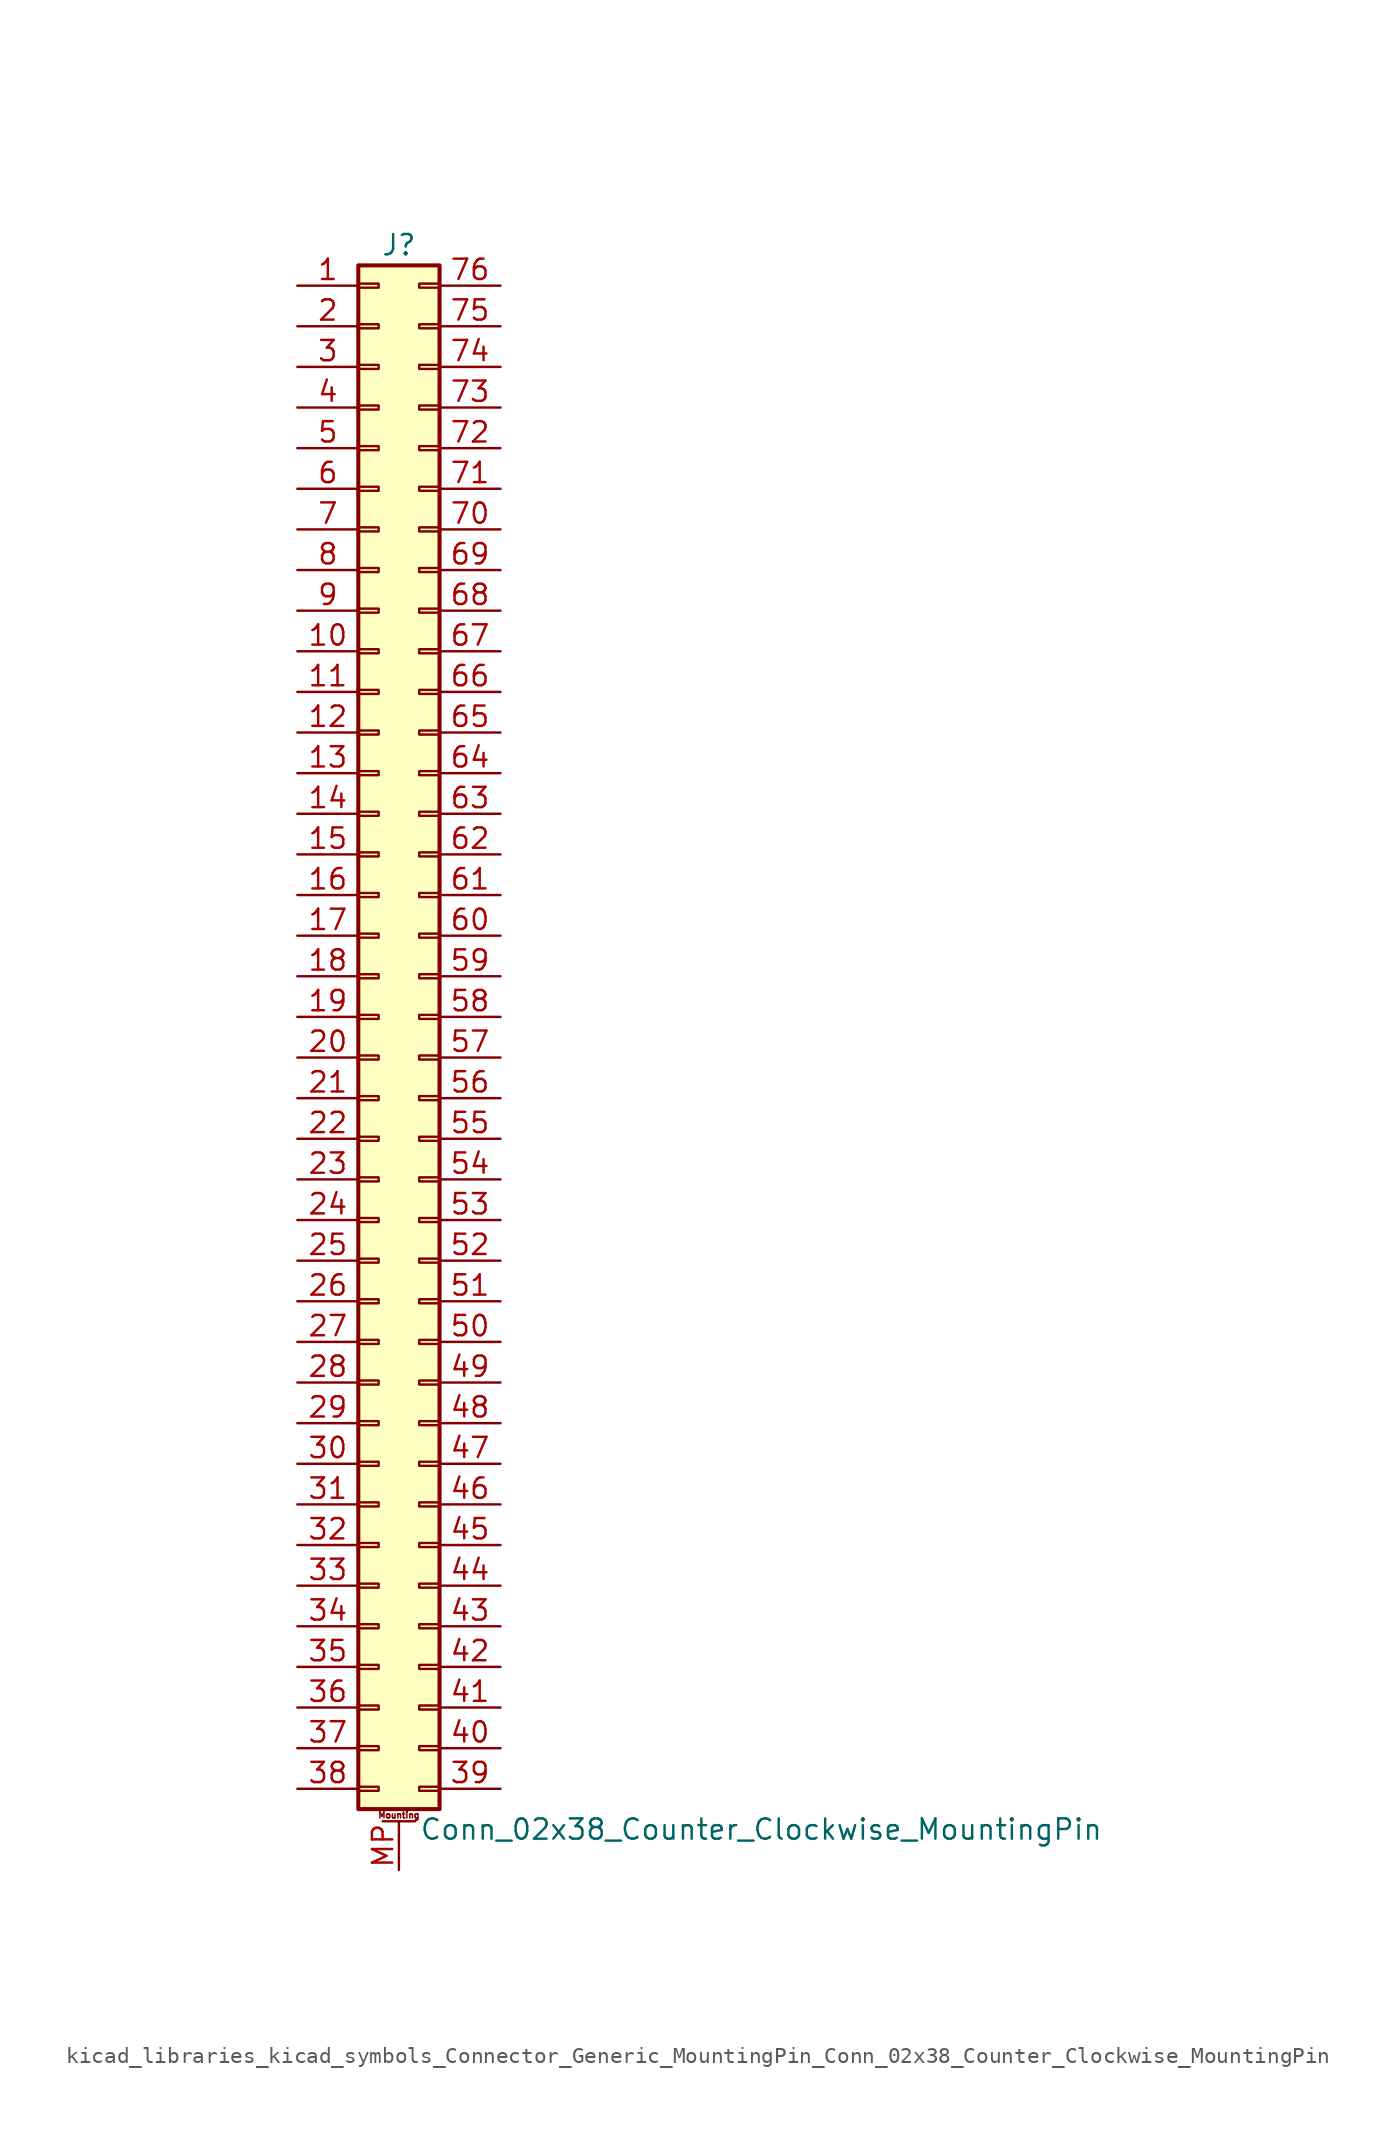
<source format=kicad_sym>
(kicad_symbol_lib
  (version 20220914)
  (generator kicad_symbol_editor)
  (symbol "kicad_libraries_kicad_symbols_Connector_Generic_MountingPin_Conn_02x38_Counter_Clockwise_MountingPin"
    (pin_names
      (offset 1.016) hide)
    (property "Reference" "J"
      (at 1.27 48.26 0)
      (effects (font (size 1.27 1.27))))
    (property "Value" "Conn_02x38_Counter_Clockwise_MountingPin"
      (at 2.54 -50.8 0)
      (effects (font (size 1.27 1.27)) (justify left)))
    (symbol "kicad_libraries_kicad_symbols_Connector_Generic_MountingPin_Conn_02x38_Counter_Clockwise_MountingPin_1_1"
      (rectangle (start -1.27 -48.133) (end 0 -48.387) (stroke (width 0.152) (type default)) (fill (type none)))
      (rectangle (start -1.27 -45.593) (end 0 -45.847) (stroke (width 0.152) (type default)) (fill (type none)))
      (rectangle (start -1.27 -43.053) (end 0 -43.307) (stroke (width 0.152) (type default)) (fill (type none)))
      (rectangle (start -1.27 -40.513) (end 0 -40.767) (stroke (width 0.152) (type default)) (fill (type none)))
      (rectangle (start -1.27 -37.973) (end 0 -38.227) (stroke (width 0.152) (type default)) (fill (type none)))
      (rectangle (start -1.27 -35.433) (end 0 -35.687) (stroke (width 0.152) (type default)) (fill (type none)))
      (rectangle (start -1.27 -32.893) (end 0 -33.147) (stroke (width 0.152) (type default)) (fill (type none)))
      (rectangle (start -1.27 -30.353) (end 0 -30.607) (stroke (width 0.152) (type default)) (fill (type none)))
      (rectangle (start -1.27 -27.813) (end 0 -28.067) (stroke (width 0.152) (type default)) (fill (type none)))
      (rectangle (start -1.27 -25.273) (end 0 -25.527) (stroke (width 0.152) (type default)) (fill (type none)))
      (rectangle (start -1.27 -22.733) (end 0 -22.987) (stroke (width 0.152) (type default)) (fill (type none)))
      (rectangle (start -1.27 -20.193) (end 0 -20.447) (stroke (width 0.152) (type default)) (fill (type none)))
      (rectangle (start -1.27 -17.653) (end 0 -17.907) (stroke (width 0.152) (type default)) (fill (type none)))
      (rectangle (start -1.27 -15.113) (end 0 -15.367) (stroke (width 0.152) (type default)) (fill (type none)))
      (rectangle (start -1.27 -12.573) (end 0 -12.827) (stroke (width 0.152) (type default)) (fill (type none)))
      (rectangle (start -1.27 -10.033) (end 0 -10.287) (stroke (width 0.152) (type default)) (fill (type none)))
      (rectangle (start -1.27 -7.493) (end 0 -7.747) (stroke (width 0.152) (type default)) (fill (type none)))
      (rectangle (start -1.27 -4.953) (end 0 -5.207) (stroke (width 0.152) (type default)) (fill (type none)))
      (rectangle (start -1.27 -2.413) (end 0 -2.667) (stroke (width 0.152) (type default)) (fill (type none)))
      (rectangle (start -1.27 0.127) (end 0 -0.127) (stroke (width 0.152) (type default)) (fill (type none)))
      (rectangle (start -1.27 2.667) (end 0 2.413) (stroke (width 0.152) (type default)) (fill (type none)))
      (rectangle (start -1.27 5.207) (end 0 4.953) (stroke (width 0.152) (type default)) (fill (type none)))
      (rectangle (start -1.27 7.747) (end 0 7.493) (stroke (width 0.152) (type default)) (fill (type none)))
      (rectangle (start -1.27 10.287) (end 0 10.033) (stroke (width 0.152) (type default)) (fill (type none)))
      (rectangle (start -1.27 12.827) (end 0 12.573) (stroke (width 0.152) (type default)) (fill (type none)))
      (rectangle (start -1.27 15.367) (end 0 15.113) (stroke (width 0.152) (type default)) (fill (type none)))
      (rectangle (start -1.27 17.907) (end 0 17.653) (stroke (width 0.152) (type default)) (fill (type none)))
      (rectangle (start -1.27 20.447) (end 0 20.193) (stroke (width 0.152) (type default)) (fill (type none)))
      (rectangle (start -1.27 22.987) (end 0 22.733) (stroke (width 0.152) (type default)) (fill (type none)))
      (rectangle (start -1.27 25.527) (end 0 25.273) (stroke (width 0.152) (type default)) (fill (type none)))
      (rectangle (start -1.27 28.067) (end 0 27.813) (stroke (width 0.152) (type default)) (fill (type none)))
      (rectangle (start -1.27 30.607) (end 0 30.353) (stroke (width 0.152) (type default)) (fill (type none)))
      (rectangle (start -1.27 33.147) (end 0 32.893) (stroke (width 0.152) (type default)) (fill (type none)))
      (rectangle (start -1.27 35.687) (end 0 35.433) (stroke (width 0.152) (type default)) (fill (type none)))
      (rectangle (start -1.27 38.227) (end 0 37.973) (stroke (width 0.152) (type default)) (fill (type none)))
      (rectangle (start -1.27 40.767) (end 0 40.513) (stroke (width 0.152) (type default)) (fill (type none)))
      (rectangle (start -1.27 43.307) (end 0 43.053) (stroke (width 0.152) (type default)) (fill (type none)))
      (rectangle (start -1.27 45.847) (end 0 45.593) (stroke (width 0.152) (type default)) (fill (type none)))
      (rectangle (start -1.27 46.99) (end 3.81 -49.53) (stroke (width 0.254) (type default)) (fill (type background)))
      (polyline (pts (xy 0.254 -50.292) (xy 2.286 -50.292)) (stroke (width 0.152) (type default)) (fill (type none)))
      (rectangle (start 3.81 -48.133) (end 2.54 -48.387) (stroke (width 0.152) (type default)) (fill (type none)))
      (rectangle (start 3.81 -45.593) (end 2.54 -45.847) (stroke (width 0.152) (type default)) (fill (type none)))
      (rectangle (start 3.81 -43.053) (end 2.54 -43.307) (stroke (width 0.152) (type default)) (fill (type none)))
      (rectangle (start 3.81 -40.513) (end 2.54 -40.767) (stroke (width 0.152) (type default)) (fill (type none)))
      (rectangle (start 3.81 -37.973) (end 2.54 -38.227) (stroke (width 0.152) (type default)) (fill (type none)))
      (rectangle (start 3.81 -35.433) (end 2.54 -35.687) (stroke (width 0.152) (type default)) (fill (type none)))
      (rectangle (start 3.81 -32.893) (end 2.54 -33.147) (stroke (width 0.152) (type default)) (fill (type none)))
      (rectangle (start 3.81 -30.353) (end 2.54 -30.607) (stroke (width 0.152) (type default)) (fill (type none)))
      (rectangle (start 3.81 -27.813) (end 2.54 -28.067) (stroke (width 0.152) (type default)) (fill (type none)))
      (rectangle (start 3.81 -25.273) (end 2.54 -25.527) (stroke (width 0.152) (type default)) (fill (type none)))
      (rectangle (start 3.81 -22.733) (end 2.54 -22.987) (stroke (width 0.152) (type default)) (fill (type none)))
      (rectangle (start 3.81 -20.193) (end 2.54 -20.447) (stroke (width 0.152) (type default)) (fill (type none)))
      (rectangle (start 3.81 -17.653) (end 2.54 -17.907) (stroke (width 0.152) (type default)) (fill (type none)))
      (rectangle (start 3.81 -15.113) (end 2.54 -15.367) (stroke (width 0.152) (type default)) (fill (type none)))
      (rectangle (start 3.81 -12.573) (end 2.54 -12.827) (stroke (width 0.152) (type default)) (fill (type none)))
      (rectangle (start 3.81 -10.033) (end 2.54 -10.287) (stroke (width 0.152) (type default)) (fill (type none)))
      (rectangle (start 3.81 -7.493) (end 2.54 -7.747) (stroke (width 0.152) (type default)) (fill (type none)))
      (rectangle (start 3.81 -4.953) (end 2.54 -5.207) (stroke (width 0.152) (type default)) (fill (type none)))
      (rectangle (start 3.81 -2.413) (end 2.54 -2.667) (stroke (width 0.152) (type default)) (fill (type none)))
      (rectangle (start 3.81 0.127) (end 2.54 -0.127) (stroke (width 0.152) (type default)) (fill (type none)))
      (rectangle (start 3.81 2.667) (end 2.54 2.413) (stroke (width 0.152) (type default)) (fill (type none)))
      (rectangle (start 3.81 5.207) (end 2.54 4.953) (stroke (width 0.152) (type default)) (fill (type none)))
      (rectangle (start 3.81 7.747) (end 2.54 7.493) (stroke (width 0.152) (type default)) (fill (type none)))
      (rectangle (start 3.81 10.287) (end 2.54 10.033) (stroke (width 0.152) (type default)) (fill (type none)))
      (rectangle (start 3.81 12.827) (end 2.54 12.573) (stroke (width 0.152) (type default)) (fill (type none)))
      (rectangle (start 3.81 15.367) (end 2.54 15.113) (stroke (width 0.152) (type default)) (fill (type none)))
      (rectangle (start 3.81 17.907) (end 2.54 17.653) (stroke (width 0.152) (type default)) (fill (type none)))
      (rectangle (start 3.81 20.447) (end 2.54 20.193) (stroke (width 0.152) (type default)) (fill (type none)))
      (rectangle (start 3.81 22.987) (end 2.54 22.733) (stroke (width 0.152) (type default)) (fill (type none)))
      (rectangle (start 3.81 25.527) (end 2.54 25.273) (stroke (width 0.152) (type default)) (fill (type none)))
      (rectangle (start 3.81 28.067) (end 2.54 27.813) (stroke (width 0.152) (type default)) (fill (type none)))
      (rectangle (start 3.81 30.607) (end 2.54 30.353) (stroke (width 0.152) (type default)) (fill (type none)))
      (rectangle (start 3.81 33.147) (end 2.54 32.893) (stroke (width 0.152) (type default)) (fill (type none)))
      (rectangle (start 3.81 35.687) (end 2.54 35.433) (stroke (width 0.152) (type default)) (fill (type none)))
      (rectangle (start 3.81 38.227) (end 2.54 37.973) (stroke (width 0.152) (type default)) (fill (type none)))
      (rectangle (start 3.81 40.767) (end 2.54 40.513) (stroke (width 0.152) (type default)) (fill (type none)))
      (rectangle (start 3.81 43.307) (end 2.54 43.053) (stroke (width 0.152) (type default)) (fill (type none)))
      (rectangle (start 3.81 45.847) (end 2.54 45.593) (stroke (width 0.152) (type default)) (fill (type none)))
      (text "Mounting" (at 1.27 -49.911 0) (effects (font (size 0.381 0.381))))
      (pin passive line (at -5.08 45.72 0) (length 3.81) (name "Pin_1" (effects (font (size 1.27 1.27)))) (number "1" (effects (font (size 1.27 1.27)))))
      (pin passive line (at -5.08 22.86 0) (length 3.81) (name "Pin_10" (effects (font (size 1.27 1.27)))) (number "10" (effects (font (size 1.27 1.27)))))
      (pin passive line (at -5.08 20.32 0) (length 3.81) (name "Pin_11" (effects (font (size 1.27 1.27)))) (number "11" (effects (font (size 1.27 1.27)))))
      (pin passive line (at -5.08 17.78 0) (length 3.81) (name "Pin_12" (effects (font (size 1.27 1.27)))) (number "12" (effects (font (size 1.27 1.27)))))
      (pin passive line (at -5.08 15.24 0) (length 3.81) (name "Pin_13" (effects (font (size 1.27 1.27)))) (number "13" (effects (font (size 1.27 1.27)))))
      (pin passive line (at -5.08 12.7 0) (length 3.81) (name "Pin_14" (effects (font (size 1.27 1.27)))) (number "14" (effects (font (size 1.27 1.27)))))
      (pin passive line (at -5.08 10.16 0) (length 3.81) (name "Pin_15" (effects (font (size 1.27 1.27)))) (number "15" (effects (font (size 1.27 1.27)))))
      (pin passive line (at -5.08 7.62 0) (length 3.81) (name "Pin_16" (effects (font (size 1.27 1.27)))) (number "16" (effects (font (size 1.27 1.27)))))
      (pin passive line (at -5.08 5.08 0) (length 3.81) (name "Pin_17" (effects (font (size 1.27 1.27)))) (number "17" (effects (font (size 1.27 1.27)))))
      (pin passive line (at -5.08 2.54 0) (length 3.81) (name "Pin_18" (effects (font (size 1.27 1.27)))) (number "18" (effects (font (size 1.27 1.27)))))
      (pin passive line (at -5.08 0 0) (length 3.81) (name "Pin_19" (effects (font (size 1.27 1.27)))) (number "19" (effects (font (size 1.27 1.27)))))
      (pin passive line (at -5.08 43.18 0) (length 3.81) (name "Pin_2" (effects (font (size 1.27 1.27)))) (number "2" (effects (font (size 1.27 1.27)))))
      (pin passive line (at -5.08 -2.54 0) (length 3.81) (name "Pin_20" (effects (font (size 1.27 1.27)))) (number "20" (effects (font (size 1.27 1.27)))))
      (pin passive line (at -5.08 -5.08 0) (length 3.81) (name "Pin_21" (effects (font (size 1.27 1.27)))) (number "21" (effects (font (size 1.27 1.27)))))
      (pin passive line (at -5.08 -7.62 0) (length 3.81) (name "Pin_22" (effects (font (size 1.27 1.27)))) (number "22" (effects (font (size 1.27 1.27)))))
      (pin passive line (at -5.08 -10.16 0) (length 3.81) (name "Pin_23" (effects (font (size 1.27 1.27)))) (number "23" (effects (font (size 1.27 1.27)))))
      (pin passive line (at -5.08 -12.7 0) (length 3.81) (name "Pin_24" (effects (font (size 1.27 1.27)))) (number "24" (effects (font (size 1.27 1.27)))))
      (pin passive line (at -5.08 -15.24 0) (length 3.81) (name "Pin_25" (effects (font (size 1.27 1.27)))) (number "25" (effects (font (size 1.27 1.27)))))
      (pin passive line (at -5.08 -17.78 0) (length 3.81) (name "Pin_26" (effects (font (size 1.27 1.27)))) (number "26" (effects (font (size 1.27 1.27)))))
      (pin passive line (at -5.08 -20.32 0) (length 3.81) (name "Pin_27" (effects (font (size 1.27 1.27)))) (number "27" (effects (font (size 1.27 1.27)))))
      (pin passive line (at -5.08 -22.86 0) (length 3.81) (name "Pin_28" (effects (font (size 1.27 1.27)))) (number "28" (effects (font (size 1.27 1.27)))))
      (pin passive line (at -5.08 -25.4 0) (length 3.81) (name "Pin_29" (effects (font (size 1.27 1.27)))) (number "29" (effects (font (size 1.27 1.27)))))
      (pin passive line (at -5.08 40.64 0) (length 3.81) (name "Pin_3" (effects (font (size 1.27 1.27)))) (number "3" (effects (font (size 1.27 1.27)))))
      (pin passive line (at -5.08 -27.94 0) (length 3.81) (name "Pin_30" (effects (font (size 1.27 1.27)))) (number "30" (effects (font (size 1.27 1.27)))))
      (pin passive line (at -5.08 -30.48 0) (length 3.81) (name "Pin_31" (effects (font (size 1.27 1.27)))) (number "31" (effects (font (size 1.27 1.27)))))
      (pin passive line (at -5.08 -33.02 0) (length 3.81) (name "Pin_32" (effects (font (size 1.27 1.27)))) (number "32" (effects (font (size 1.27 1.27)))))
      (pin passive line (at -5.08 -35.56 0) (length 3.81) (name "Pin_33" (effects (font (size 1.27 1.27)))) (number "33" (effects (font (size 1.27 1.27)))))
      (pin passive line (at -5.08 -38.1 0) (length 3.81) (name "Pin_34" (effects (font (size 1.27 1.27)))) (number "34" (effects (font (size 1.27 1.27)))))
      (pin passive line (at -5.08 -40.64 0) (length 3.81) (name "Pin_35" (effects (font (size 1.27 1.27)))) (number "35" (effects (font (size 1.27 1.27)))))
      (pin passive line (at -5.08 -43.18 0) (length 3.81) (name "Pin_36" (effects (font (size 1.27 1.27)))) (number "36" (effects (font (size 1.27 1.27)))))
      (pin passive line (at -5.08 -45.72 0) (length 3.81) (name "Pin_37" (effects (font (size 1.27 1.27)))) (number "37" (effects (font (size 1.27 1.27)))))
      (pin passive line (at -5.08 -48.26 0) (length 3.81) (name "Pin_38" (effects (font (size 1.27 1.27)))) (number "38" (effects (font (size 1.27 1.27)))))
      (pin passive line (at 7.62 -48.26 180) (length 3.81) (name "Pin_39" (effects (font (size 1.27 1.27)))) (number "39" (effects (font (size 1.27 1.27)))))
      (pin passive line (at -5.08 38.1 0) (length 3.81) (name "Pin_4" (effects (font (size 1.27 1.27)))) (number "4" (effects (font (size 1.27 1.27)))))
      (pin passive line (at 7.62 -45.72 180) (length 3.81) (name "Pin_40" (effects (font (size 1.27 1.27)))) (number "40" (effects (font (size 1.27 1.27)))))
      (pin passive line (at 7.62 -43.18 180) (length 3.81) (name "Pin_41" (effects (font (size 1.27 1.27)))) (number "41" (effects (font (size 1.27 1.27)))))
      (pin passive line (at 7.62 -40.64 180) (length 3.81) (name "Pin_42" (effects (font (size 1.27 1.27)))) (number "42" (effects (font (size 1.27 1.27)))))
      (pin passive line (at 7.62 -38.1 180) (length 3.81) (name "Pin_43" (effects (font (size 1.27 1.27)))) (number "43" (effects (font (size 1.27 1.27)))))
      (pin passive line (at 7.62 -35.56 180) (length 3.81) (name "Pin_44" (effects (font (size 1.27 1.27)))) (number "44" (effects (font (size 1.27 1.27)))))
      (pin passive line (at 7.62 -33.02 180) (length 3.81) (name "Pin_45" (effects (font (size 1.27 1.27)))) (number "45" (effects (font (size 1.27 1.27)))))
      (pin passive line (at 7.62 -30.48 180) (length 3.81) (name "Pin_46" (effects (font (size 1.27 1.27)))) (number "46" (effects (font (size 1.27 1.27)))))
      (pin passive line (at 7.62 -27.94 180) (length 3.81) (name "Pin_47" (effects (font (size 1.27 1.27)))) (number "47" (effects (font (size 1.27 1.27)))))
      (pin passive line (at 7.62 -25.4 180) (length 3.81) (name "Pin_48" (effects (font (size 1.27 1.27)))) (number "48" (effects (font (size 1.27 1.27)))))
      (pin passive line (at 7.62 -22.86 180) (length 3.81) (name "Pin_49" (effects (font (size 1.27 1.27)))) (number "49" (effects (font (size 1.27 1.27)))))
      (pin passive line (at -5.08 35.56 0) (length 3.81) (name "Pin_5" (effects (font (size 1.27 1.27)))) (number "5" (effects (font (size 1.27 1.27)))))
      (pin passive line (at 7.62 -20.32 180) (length 3.81) (name "Pin_50" (effects (font (size 1.27 1.27)))) (number "50" (effects (font (size 1.27 1.27)))))
      (pin passive line (at 7.62 -17.78 180) (length 3.81) (name "Pin_51" (effects (font (size 1.27 1.27)))) (number "51" (effects (font (size 1.27 1.27)))))
      (pin passive line (at 7.62 -15.24 180) (length 3.81) (name "Pin_52" (effects (font (size 1.27 1.27)))) (number "52" (effects (font (size 1.27 1.27)))))
      (pin passive line (at 7.62 -12.7 180) (length 3.81) (name "Pin_53" (effects (font (size 1.27 1.27)))) (number "53" (effects (font (size 1.27 1.27)))))
      (pin passive line (at 7.62 -10.16 180) (length 3.81) (name "Pin_54" (effects (font (size 1.27 1.27)))) (number "54" (effects (font (size 1.27 1.27)))))
      (pin passive line (at 7.62 -7.62 180) (length 3.81) (name "Pin_55" (effects (font (size 1.27 1.27)))) (number "55" (effects (font (size 1.27 1.27)))))
      (pin passive line (at 7.62 -5.08 180) (length 3.81) (name "Pin_56" (effects (font (size 1.27 1.27)))) (number "56" (effects (font (size 1.27 1.27)))))
      (pin passive line (at 7.62 -2.54 180) (length 3.81) (name "Pin_57" (effects (font (size 1.27 1.27)))) (number "57" (effects (font (size 1.27 1.27)))))
      (pin passive line (at 7.62 0 180) (length 3.81) (name "Pin_58" (effects (font (size 1.27 1.27)))) (number "58" (effects (font (size 1.27 1.27)))))
      (pin passive line (at 7.62 2.54 180) (length 3.81) (name "Pin_59" (effects (font (size 1.27 1.27)))) (number "59" (effects (font (size 1.27 1.27)))))
      (pin passive line (at -5.08 33.02 0) (length 3.81) (name "Pin_6" (effects (font (size 1.27 1.27)))) (number "6" (effects (font (size 1.27 1.27)))))
      (pin passive line (at 7.62 5.08 180) (length 3.81) (name "Pin_60" (effects (font (size 1.27 1.27)))) (number "60" (effects (font (size 1.27 1.27)))))
      (pin passive line (at 7.62 7.62 180) (length 3.81) (name "Pin_61" (effects (font (size 1.27 1.27)))) (number "61" (effects (font (size 1.27 1.27)))))
      (pin passive line (at 7.62 10.16 180) (length 3.81) (name "Pin_62" (effects (font (size 1.27 1.27)))) (number "62" (effects (font (size 1.27 1.27)))))
      (pin passive line (at 7.62 12.7 180) (length 3.81) (name "Pin_63" (effects (font (size 1.27 1.27)))) (number "63" (effects (font (size 1.27 1.27)))))
      (pin passive line (at 7.62 15.24 180) (length 3.81) (name "Pin_64" (effects (font (size 1.27 1.27)))) (number "64" (effects (font (size 1.27 1.27)))))
      (pin passive line (at 7.62 17.78 180) (length 3.81) (name "Pin_65" (effects (font (size 1.27 1.27)))) (number "65" (effects (font (size 1.27 1.27)))))
      (pin passive line (at 7.62 20.32 180) (length 3.81) (name "Pin_66" (effects (font (size 1.27 1.27)))) (number "66" (effects (font (size 1.27 1.27)))))
      (pin passive line (at 7.62 22.86 180) (length 3.81) (name "Pin_67" (effects (font (size 1.27 1.27)))) (number "67" (effects (font (size 1.27 1.27)))))
      (pin passive line (at 7.62 25.4 180) (length 3.81) (name "Pin_68" (effects (font (size 1.27 1.27)))) (number "68" (effects (font (size 1.27 1.27)))))
      (pin passive line (at 7.62 27.94 180) (length 3.81) (name "Pin_69" (effects (font (size 1.27 1.27)))) (number "69" (effects (font (size 1.27 1.27)))))
      (pin passive line (at -5.08 30.48 0) (length 3.81) (name "Pin_7" (effects (font (size 1.27 1.27)))) (number "7" (effects (font (size 1.27 1.27)))))
      (pin passive line (at 7.62 30.48 180) (length 3.81) (name "Pin_70" (effects (font (size 1.27 1.27)))) (number "70" (effects (font (size 1.27 1.27)))))
      (pin passive line (at 7.62 33.02 180) (length 3.81) (name "Pin_71" (effects (font (size 1.27 1.27)))) (number "71" (effects (font (size 1.27 1.27)))))
      (pin passive line (at 7.62 35.56 180) (length 3.81) (name "Pin_72" (effects (font (size 1.27 1.27)))) (number "72" (effects (font (size 1.27 1.27)))))
      (pin passive line (at 7.62 38.1 180) (length 3.81) (name "Pin_73" (effects (font (size 1.27 1.27)))) (number "73" (effects (font (size 1.27 1.27)))))
      (pin passive line (at 7.62 40.64 180) (length 3.81) (name "Pin_74" (effects (font (size 1.27 1.27)))) (number "74" (effects (font (size 1.27 1.27)))))
      (pin passive line (at 7.62 43.18 180) (length 3.81) (name "Pin_75" (effects (font (size 1.27 1.27)))) (number "75" (effects (font (size 1.27 1.27)))))
      (pin passive line (at 7.62 45.72 180) (length 3.81) (name "Pin_76" (effects (font (size 1.27 1.27)))) (number "76" (effects (font (size 1.27 1.27)))))
      (pin passive line (at -5.08 27.94 0) (length 3.81) (name "Pin_8" (effects (font (size 1.27 1.27)))) (number "8" (effects (font (size 1.27 1.27)))))
      (pin passive line (at -5.08 25.4 0) (length 3.81) (name "Pin_9" (effects (font (size 1.27 1.27)))) (number "9" (effects (font (size 1.27 1.27)))))
      (pin passive line (at 1.27 -53.34 90) (length 3.048) (name "MountPin" (effects (font (size 1.27 1.27)))) (number "MP" (effects (font (size 1.27 1.27))))))))
</source>
